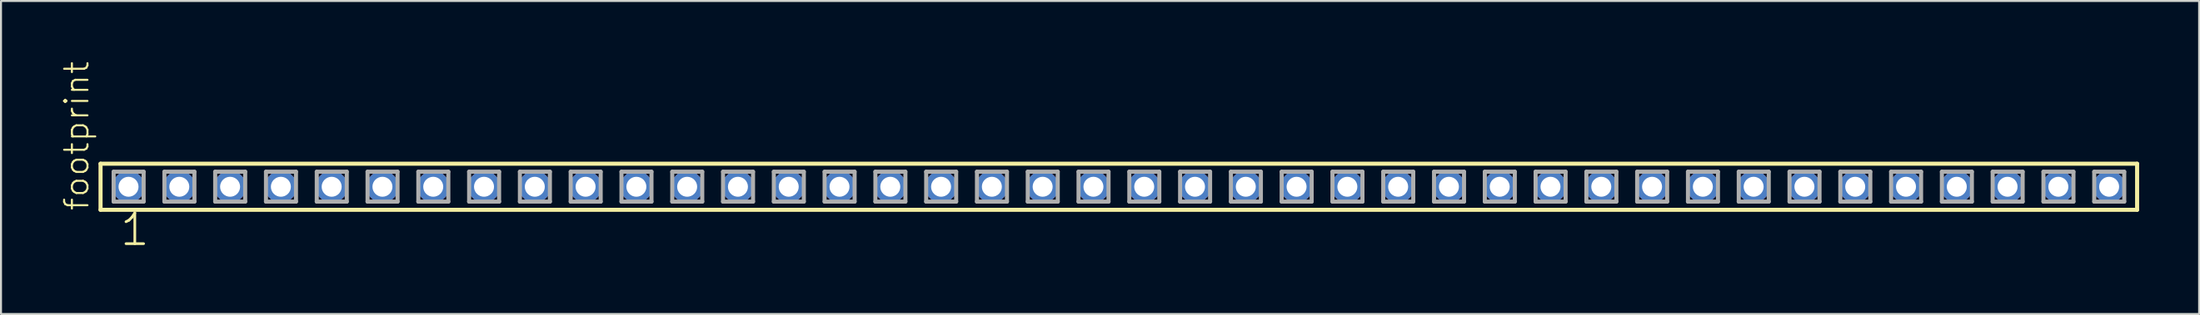
<source format=kicad_pcb>
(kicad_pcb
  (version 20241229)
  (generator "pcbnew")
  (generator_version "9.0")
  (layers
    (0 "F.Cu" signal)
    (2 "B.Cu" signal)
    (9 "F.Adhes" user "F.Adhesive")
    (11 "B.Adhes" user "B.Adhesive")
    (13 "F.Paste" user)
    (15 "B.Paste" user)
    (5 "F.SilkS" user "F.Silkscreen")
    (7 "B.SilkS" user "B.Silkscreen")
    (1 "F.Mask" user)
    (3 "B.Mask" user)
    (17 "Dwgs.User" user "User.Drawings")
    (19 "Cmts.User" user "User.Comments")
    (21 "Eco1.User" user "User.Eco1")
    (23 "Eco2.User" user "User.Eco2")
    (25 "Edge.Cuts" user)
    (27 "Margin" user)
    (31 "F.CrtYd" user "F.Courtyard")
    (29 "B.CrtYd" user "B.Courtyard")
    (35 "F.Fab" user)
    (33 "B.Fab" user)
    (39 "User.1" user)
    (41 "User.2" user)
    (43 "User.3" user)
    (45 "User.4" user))
  (footprint "footprint"
    (layer "F.Cu")
    (at 52.908 6.312)
    (property "Reference" "footprint" (at -51.435 1.27 90) (layer "F.SilkS") (effects (font (size 1.168 1.168) (thickness 0.102)) (justify left bottom)))
    (fp_line (start -50.929 -1.155) (end 50.929 -1.155) (stroke (width 0.203) (type solid)) (layer "F.SilkS"))
    (fp_line (start -50.929 1.155) (end -50.929 -1.155) (stroke (width 0.203) (type solid)) (layer "F.SilkS"))
    (fp_line (start 50.929 -1.155) (end 50.929 1.155) (stroke (width 0.203) (type solid)) (layer "F.SilkS"))
    (fp_line (start 50.929 1.155) (end -50.929 1.155) (stroke (width 0.203) (type solid)) (layer "F.SilkS"))
    (fp_line (start -50.275 -0.755) (end -48.775 -0.755) (stroke (width 0.203) (type solid)) (layer "F.Fab"))
    (fp_line (start -50.275 0.745) (end -50.275 -0.755) (stroke (width 0.203) (type solid)) (layer "F.Fab"))
    (fp_line (start -48.775 -0.755) (end -48.775 0.745) (stroke (width 0.203) (type solid)) (layer "F.Fab"))
    (fp_line (start -48.775 0.745) (end -50.275 0.745) (stroke (width 0.203) (type solid)) (layer "F.Fab"))
    (fp_line (start -47.735 -0.755) (end -46.235 -0.755) (stroke (width 0.203) (type solid)) (layer "F.Fab"))
    (fp_line (start -47.735 0.745) (end -47.735 -0.755) (stroke (width 0.203) (type solid)) (layer "F.Fab"))
    (fp_line (start -46.235 -0.755) (end -46.235 0.745) (stroke (width 0.203) (type solid)) (layer "F.Fab"))
    (fp_line (start -46.235 0.745) (end -47.735 0.745) (stroke (width 0.203) (type solid)) (layer "F.Fab"))
    (fp_line (start -45.195 -0.755) (end -43.695 -0.755) (stroke (width 0.203) (type solid)) (layer "F.Fab"))
    (fp_line (start -45.195 0.745) (end -45.195 -0.755) (stroke (width 0.203) (type solid)) (layer "F.Fab"))
    (fp_line (start -43.695 -0.755) (end -43.695 0.745) (stroke (width 0.203) (type solid)) (layer "F.Fab"))
    (fp_line (start -43.695 0.745) (end -45.195 0.745) (stroke (width 0.203) (type solid)) (layer "F.Fab"))
    (fp_line (start -42.655 -0.755) (end -41.155 -0.755) (stroke (width 0.203) (type solid)) (layer "F.Fab"))
    (fp_line (start -42.655 0.745) (end -42.655 -0.755) (stroke (width 0.203) (type solid)) (layer "F.Fab"))
    (fp_line (start -41.155 -0.755) (end -41.155 0.745) (stroke (width 0.203) (type solid)) (layer "F.Fab"))
    (fp_line (start -41.155 0.745) (end -42.655 0.745) (stroke (width 0.203) (type solid)) (layer "F.Fab"))
    (fp_line (start -40.115 -0.755) (end -38.615 -0.755) (stroke (width 0.203) (type solid)) (layer "F.Fab"))
    (fp_line (start -40.115 0.745) (end -40.115 -0.755) (stroke (width 0.203) (type solid)) (layer "F.Fab"))
    (fp_line (start -38.615 -0.755) (end -38.615 0.745) (stroke (width 0.203) (type solid)) (layer "F.Fab"))
    (fp_line (start -38.615 0.745) (end -40.115 0.745) (stroke (width 0.203) (type solid)) (layer "F.Fab"))
    (fp_line (start -37.575 -0.755) (end -36.075 -0.755) (stroke (width 0.203) (type solid)) (layer "F.Fab"))
    (fp_line (start -37.575 0.745) (end -37.575 -0.755) (stroke (width 0.203) (type solid)) (layer "F.Fab"))
    (fp_line (start -36.075 -0.755) (end -36.075 0.745) (stroke (width 0.203) (type solid)) (layer "F.Fab"))
    (fp_line (start -36.075 0.745) (end -37.575 0.745) (stroke (width 0.203) (type solid)) (layer "F.Fab"))
    (fp_line (start -35.035 -0.755) (end -33.535 -0.755) (stroke (width 0.203) (type solid)) (layer "F.Fab"))
    (fp_line (start -35.035 0.745) (end -35.035 -0.755) (stroke (width 0.203) (type solid)) (layer "F.Fab"))
    (fp_line (start -33.535 -0.755) (end -33.535 0.745) (stroke (width 0.203) (type solid)) (layer "F.Fab"))
    (fp_line (start -33.535 0.745) (end -35.035 0.745) (stroke (width 0.203) (type solid)) (layer "F.Fab"))
    (fp_line (start -32.495 -0.755) (end -30.995 -0.755) (stroke (width 0.203) (type solid)) (layer "F.Fab"))
    (fp_line (start -32.495 0.745) (end -32.495 -0.755) (stroke (width 0.203) (type solid)) (layer "F.Fab"))
    (fp_line (start -30.995 -0.755) (end -30.995 0.745) (stroke (width 0.203) (type solid)) (layer "F.Fab"))
    (fp_line (start -30.995 0.745) (end -32.495 0.745) (stroke (width 0.203) (type solid)) (layer "F.Fab"))
    (fp_line (start -29.955 -0.755) (end -28.455 -0.755) (stroke (width 0.203) (type solid)) (layer "F.Fab"))
    (fp_line (start -29.955 0.745) (end -29.955 -0.755) (stroke (width 0.203) (type solid)) (layer "F.Fab"))
    (fp_line (start -28.455 -0.755) (end -28.455 0.745) (stroke (width 0.203) (type solid)) (layer "F.Fab"))
    (fp_line (start -28.455 0.745) (end -29.955 0.745) (stroke (width 0.203) (type solid)) (layer "F.Fab"))
    (fp_line (start -27.415 -0.755) (end -25.915 -0.755) (stroke (width 0.203) (type solid)) (layer "F.Fab"))
    (fp_line (start -27.415 0.745) (end -27.415 -0.755) (stroke (width 0.203) (type solid)) (layer "F.Fab"))
    (fp_line (start -25.915 -0.755) (end -25.915 0.745) (stroke (width 0.203) (type solid)) (layer "F.Fab"))
    (fp_line (start -25.915 0.745) (end -27.415 0.745) (stroke (width 0.203) (type solid)) (layer "F.Fab"))
    (fp_line (start -24.875 -0.755) (end -23.375 -0.755) (stroke (width 0.203) (type solid)) (layer "F.Fab"))
    (fp_line (start -24.875 0.745) (end -24.875 -0.755) (stroke (width 0.203) (type solid)) (layer "F.Fab"))
    (fp_line (start -23.375 -0.755) (end -23.375 0.745) (stroke (width 0.203) (type solid)) (layer "F.Fab"))
    (fp_line (start -23.375 0.745) (end -24.875 0.745) (stroke (width 0.203) (type solid)) (layer "F.Fab"))
    (fp_line (start -22.335 -0.755) (end -20.835 -0.755) (stroke (width 0.203) (type solid)) (layer "F.Fab"))
    (fp_line (start -22.335 0.745) (end -22.335 -0.755) (stroke (width 0.203) (type solid)) (layer "F.Fab"))
    (fp_line (start -20.835 -0.755) (end -20.835 0.745) (stroke (width 0.203) (type solid)) (layer "F.Fab"))
    (fp_line (start -20.835 0.745) (end -22.335 0.745) (stroke (width 0.203) (type solid)) (layer "F.Fab"))
    (fp_line (start -19.795 -0.755) (end -18.295 -0.755) (stroke (width 0.203) (type solid)) (layer "F.Fab"))
    (fp_line (start -19.795 0.745) (end -19.795 -0.755) (stroke (width 0.203) (type solid)) (layer "F.Fab"))
    (fp_line (start -18.295 -0.755) (end -18.295 0.745) (stroke (width 0.203) (type solid)) (layer "F.Fab"))
    (fp_line (start -18.295 0.745) (end -19.795 0.745) (stroke (width 0.203) (type solid)) (layer "F.Fab"))
    (fp_line (start -17.255 -0.755) (end -15.755 -0.755) (stroke (width 0.203) (type solid)) (layer "F.Fab"))
    (fp_line (start -17.255 0.745) (end -17.255 -0.755) (stroke (width 0.203) (type solid)) (layer "F.Fab"))
    (fp_line (start -15.755 -0.755) (end -15.755 0.745) (stroke (width 0.203) (type solid)) (layer "F.Fab"))
    (fp_line (start -15.755 0.745) (end -17.255 0.745) (stroke (width 0.203) (type solid)) (layer "F.Fab"))
    (fp_line (start -14.715 -0.755) (end -13.215 -0.755) (stroke (width 0.203) (type solid)) (layer "F.Fab"))
    (fp_line (start -14.715 0.745) (end -14.715 -0.755) (stroke (width 0.203) (type solid)) (layer "F.Fab"))
    (fp_line (start -13.215 -0.755) (end -13.215 0.745) (stroke (width 0.203) (type solid)) (layer "F.Fab"))
    (fp_line (start -13.215 0.745) (end -14.715 0.745) (stroke (width 0.203) (type solid)) (layer "F.Fab"))
    (fp_line (start -12.175 -0.755) (end -10.675 -0.755) (stroke (width 0.203) (type solid)) (layer "F.Fab"))
    (fp_line (start -12.175 0.745) (end -12.175 -0.755) (stroke (width 0.203) (type solid)) (layer "F.Fab"))
    (fp_line (start -10.675 -0.755) (end -10.675 0.745) (stroke (width 0.203) (type solid)) (layer "F.Fab"))
    (fp_line (start -10.675 0.745) (end -12.175 0.745) (stroke (width 0.203) (type solid)) (layer "F.Fab"))
    (fp_line (start -9.635 -0.755) (end -8.135 -0.755) (stroke (width 0.203) (type solid)) (layer "F.Fab"))
    (fp_line (start -9.635 0.745) (end -9.635 -0.755) (stroke (width 0.203) (type solid)) (layer "F.Fab"))
    (fp_line (start -8.135 -0.755) (end -8.135 0.745) (stroke (width 0.203) (type solid)) (layer "F.Fab"))
    (fp_line (start -8.135 0.745) (end -9.635 0.745) (stroke (width 0.203) (type solid)) (layer "F.Fab"))
    (fp_line (start -7.095 -0.755) (end -5.595 -0.755) (stroke (width 0.203) (type solid)) (layer "F.Fab"))
    (fp_line (start -7.095 0.745) (end -7.095 -0.755) (stroke (width 0.203) (type solid)) (layer "F.Fab"))
    (fp_line (start -5.595 -0.755) (end -5.595 0.745) (stroke (width 0.203) (type solid)) (layer "F.Fab"))
    (fp_line (start -5.595 0.745) (end -7.095 0.745) (stroke (width 0.203) (type solid)) (layer "F.Fab"))
    (fp_line (start -4.555 -0.755) (end -3.055 -0.755) (stroke (width 0.203) (type solid)) (layer "F.Fab"))
    (fp_line (start -4.555 0.745) (end -4.555 -0.755) (stroke (width 0.203) (type solid)) (layer "F.Fab"))
    (fp_line (start -3.055 -0.755) (end -3.055 0.745) (stroke (width 0.203) (type solid)) (layer "F.Fab"))
    (fp_line (start -3.055 0.745) (end -4.555 0.745) (stroke (width 0.203) (type solid)) (layer "F.Fab"))
    (fp_line (start -2.015 -0.755) (end -0.515 -0.755) (stroke (width 0.203) (type solid)) (layer "F.Fab"))
    (fp_line (start -2.015 0.745) (end -2.015 -0.755) (stroke (width 0.203) (type solid)) (layer "F.Fab"))
    (fp_line (start -0.515 -0.755) (end -0.515 0.745) (stroke (width 0.203) (type solid)) (layer "F.Fab"))
    (fp_line (start -0.515 0.745) (end -2.015 0.745) (stroke (width 0.203) (type solid)) (layer "F.Fab"))
    (fp_line (start 0.525 -0.755) (end 2.025 -0.755) (stroke (width 0.203) (type solid)) (layer "F.Fab"))
    (fp_line (start 0.525 0.745) (end 0.525 -0.755) (stroke (width 0.203) (type solid)) (layer "F.Fab"))
    (fp_line (start 2.025 -0.755) (end 2.025 0.745) (stroke (width 0.203) (type solid)) (layer "F.Fab"))
    (fp_line (start 2.025 0.745) (end 0.525 0.745) (stroke (width 0.203) (type solid)) (layer "F.Fab"))
    (fp_line (start 3.065 -0.755) (end 4.565 -0.755) (stroke (width 0.203) (type solid)) (layer "F.Fab"))
    (fp_line (start 3.065 0.745) (end 3.065 -0.755) (stroke (width 0.203) (type solid)) (layer "F.Fab"))
    (fp_line (start 4.565 -0.755) (end 4.565 0.745) (stroke (width 0.203) (type solid)) (layer "F.Fab"))
    (fp_line (start 4.565 0.745) (end 3.065 0.745) (stroke (width 0.203) (type solid)) (layer "F.Fab"))
    (fp_line (start 5.605 -0.755) (end 7.105 -0.755) (stroke (width 0.203) (type solid)) (layer "F.Fab"))
    (fp_line (start 5.605 0.745) (end 5.605 -0.755) (stroke (width 0.203) (type solid)) (layer "F.Fab"))
    (fp_line (start 7.105 -0.755) (end 7.105 0.745) (stroke (width 0.203) (type solid)) (layer "F.Fab"))
    (fp_line (start 7.105 0.745) (end 5.605 0.745) (stroke (width 0.203) (type solid)) (layer "F.Fab"))
    (fp_line (start 8.145 -0.755) (end 9.645 -0.755) (stroke (width 0.203) (type solid)) (layer "F.Fab"))
    (fp_line (start 8.145 0.745) (end 8.145 -0.755) (stroke (width 0.203) (type solid)) (layer "F.Fab"))
    (fp_line (start 9.645 -0.755) (end 9.645 0.745) (stroke (width 0.203) (type solid)) (layer "F.Fab"))
    (fp_line (start 9.645 0.745) (end 8.145 0.745) (stroke (width 0.203) (type solid)) (layer "F.Fab"))
    (fp_line (start 10.685 -0.755) (end 12.185 -0.755) (stroke (width 0.203) (type solid)) (layer "F.Fab"))
    (fp_line (start 10.685 0.745) (end 10.685 -0.755) (stroke (width 0.203) (type solid)) (layer "F.Fab"))
    (fp_line (start 12.185 -0.755) (end 12.185 0.745) (stroke (width 0.203) (type solid)) (layer "F.Fab"))
    (fp_line (start 12.185 0.745) (end 10.685 0.745) (stroke (width 0.203) (type solid)) (layer "F.Fab"))
    (fp_line (start 13.225 -0.755) (end 14.725 -0.755) (stroke (width 0.203) (type solid)) (layer "F.Fab"))
    (fp_line (start 13.225 0.745) (end 13.225 -0.755) (stroke (width 0.203) (type solid)) (layer "F.Fab"))
    (fp_line (start 14.725 -0.755) (end 14.725 0.745) (stroke (width 0.203) (type solid)) (layer "F.Fab"))
    (fp_line (start 14.725 0.745) (end 13.225 0.745) (stroke (width 0.203) (type solid)) (layer "F.Fab"))
    (fp_line (start 15.765 -0.755) (end 17.265 -0.755) (stroke (width 0.203) (type solid)) (layer "F.Fab"))
    (fp_line (start 15.765 0.745) (end 15.765 -0.755) (stroke (width 0.203) (type solid)) (layer "F.Fab"))
    (fp_line (start 17.265 -0.755) (end 17.265 0.745) (stroke (width 0.203) (type solid)) (layer "F.Fab"))
    (fp_line (start 17.265 0.745) (end 15.765 0.745) (stroke (width 0.203) (type solid)) (layer "F.Fab"))
    (fp_line (start 18.305 -0.755) (end 19.805 -0.755) (stroke (width 0.203) (type solid)) (layer "F.Fab"))
    (fp_line (start 18.305 0.745) (end 18.305 -0.755) (stroke (width 0.203) (type solid)) (layer "F.Fab"))
    (fp_line (start 19.805 -0.755) (end 19.805 0.745) (stroke (width 0.203) (type solid)) (layer "F.Fab"))
    (fp_line (start 19.805 0.745) (end 18.305 0.745) (stroke (width 0.203) (type solid)) (layer "F.Fab"))
    (fp_line (start 20.845 -0.755) (end 22.345 -0.755) (stroke (width 0.203) (type solid)) (layer "F.Fab"))
    (fp_line (start 20.845 0.745) (end 20.845 -0.755) (stroke (width 0.203) (type solid)) (layer "F.Fab"))
    (fp_line (start 22.345 -0.755) (end 22.345 0.745) (stroke (width 0.203) (type solid)) (layer "F.Fab"))
    (fp_line (start 22.345 0.745) (end 20.845 0.745) (stroke (width 0.203) (type solid)) (layer "F.Fab"))
    (fp_line (start 23.385 -0.755) (end 24.885 -0.755) (stroke (width 0.203) (type solid)) (layer "F.Fab"))
    (fp_line (start 23.385 0.745) (end 23.385 -0.755) (stroke (width 0.203) (type solid)) (layer "F.Fab"))
    (fp_line (start 24.885 -0.755) (end 24.885 0.745) (stroke (width 0.203) (type solid)) (layer "F.Fab"))
    (fp_line (start 24.885 0.745) (end 23.385 0.745) (stroke (width 0.203) (type solid)) (layer "F.Fab"))
    (fp_line (start 25.925 -0.755) (end 27.425 -0.755) (stroke (width 0.203) (type solid)) (layer "F.Fab"))
    (fp_line (start 25.925 0.745) (end 25.925 -0.755) (stroke (width 0.203) (type solid)) (layer "F.Fab"))
    (fp_line (start 27.425 -0.755) (end 27.425 0.745) (stroke (width 0.203) (type solid)) (layer "F.Fab"))
    (fp_line (start 27.425 0.745) (end 25.925 0.745) (stroke (width 0.203) (type solid)) (layer "F.Fab"))
    (fp_line (start 28.465 -0.755) (end 29.965 -0.755) (stroke (width 0.203) (type solid)) (layer "F.Fab"))
    (fp_line (start 28.465 0.745) (end 28.465 -0.755) (stroke (width 0.203) (type solid)) (layer "F.Fab"))
    (fp_line (start 29.965 -0.755) (end 29.965 0.745) (stroke (width 0.203) (type solid)) (layer "F.Fab"))
    (fp_line (start 29.965 0.745) (end 28.465 0.745) (stroke (width 0.203) (type solid)) (layer "F.Fab"))
    (fp_line (start 31.005 -0.755) (end 32.505 -0.755) (stroke (width 0.203) (type solid)) (layer "F.Fab"))
    (fp_line (start 31.005 0.745) (end 31.005 -0.755) (stroke (width 0.203) (type solid)) (layer "F.Fab"))
    (fp_line (start 32.505 -0.755) (end 32.505 0.745) (stroke (width 0.203) (type solid)) (layer "F.Fab"))
    (fp_line (start 32.505 0.745) (end 31.005 0.745) (stroke (width 0.203) (type solid)) (layer "F.Fab"))
    (fp_line (start 33.545 -0.755) (end 35.045 -0.755) (stroke (width 0.203) (type solid)) (layer "F.Fab"))
    (fp_line (start 33.545 0.745) (end 33.545 -0.755) (stroke (width 0.203) (type solid)) (layer "F.Fab"))
    (fp_line (start 35.045 -0.755) (end 35.045 0.745) (stroke (width 0.203) (type solid)) (layer "F.Fab"))
    (fp_line (start 35.045 0.745) (end 33.545 0.745) (stroke (width 0.203) (type solid)) (layer "F.Fab"))
    (fp_line (start 36.085 -0.755) (end 37.585 -0.755) (stroke (width 0.203) (type solid)) (layer "F.Fab"))
    (fp_line (start 36.085 0.745) (end 36.085 -0.755) (stroke (width 0.203) (type solid)) (layer "F.Fab"))
    (fp_line (start 37.585 -0.755) (end 37.585 0.745) (stroke (width 0.203) (type solid)) (layer "F.Fab"))
    (fp_line (start 37.585 0.745) (end 36.085 0.745) (stroke (width 0.203) (type solid)) (layer "F.Fab"))
    (fp_line (start 38.625 -0.755) (end 40.125 -0.755) (stroke (width 0.203) (type solid)) (layer "F.Fab"))
    (fp_line (start 38.625 0.745) (end 38.625 -0.755) (stroke (width 0.203) (type solid)) (layer "F.Fab"))
    (fp_line (start 40.125 -0.755) (end 40.125 0.745) (stroke (width 0.203) (type solid)) (layer "F.Fab"))
    (fp_line (start 40.125 0.745) (end 38.625 0.745) (stroke (width 0.203) (type solid)) (layer "F.Fab"))
    (fp_line (start 41.165 -0.755) (end 42.665 -0.755) (stroke (width 0.203) (type solid)) (layer "F.Fab"))
    (fp_line (start 41.165 0.745) (end 41.165 -0.755) (stroke (width 0.203) (type solid)) (layer "F.Fab"))
    (fp_line (start 42.665 -0.755) (end 42.665 0.745) (stroke (width 0.203) (type solid)) (layer "F.Fab"))
    (fp_line (start 42.665 0.745) (end 41.165 0.745) (stroke (width 0.203) (type solid)) (layer "F.Fab"))
    (fp_line (start 43.705 -0.755) (end 45.205 -0.755) (stroke (width 0.203) (type solid)) (layer "F.Fab"))
    (fp_line (start 43.705 0.745) (end 43.705 -0.755) (stroke (width 0.203) (type solid)) (layer "F.Fab"))
    (fp_line (start 45.205 -0.755) (end 45.205 0.745) (stroke (width 0.203) (type solid)) (layer "F.Fab"))
    (fp_line (start 45.205 0.745) (end 43.705 0.745) (stroke (width 0.203) (type solid)) (layer "F.Fab"))
    (fp_line (start 46.245 -0.755) (end 47.745 -0.755) (stroke (width 0.203) (type solid)) (layer "F.Fab"))
    (fp_line (start 46.245 0.745) (end 46.245 -0.755) (stroke (width 0.203) (type solid)) (layer "F.Fab"))
    (fp_line (start 47.745 -0.755) (end 47.745 0.745) (stroke (width 0.203) (type solid)) (layer "F.Fab"))
    (fp_line (start 47.745 0.745) (end 46.245 0.745) (stroke (width 0.203) (type solid)) (layer "F.Fab"))
    (fp_line (start 48.785 -0.755) (end 50.285 -0.755) (stroke (width 0.203) (type solid)) (layer "F.Fab"))
    (fp_line (start 48.785 0.745) (end 48.785 -0.755) (stroke (width 0.203) (type solid)) (layer "F.Fab"))
    (fp_line (start 50.285 -0.755) (end 50.285 0.745) (stroke (width 0.203) (type solid)) (layer "F.Fab"))
    (fp_line (start 50.285 0.745) (end 48.785 0.745) (stroke (width 0.203) (type solid)) (layer "F.Fab"))
    (fp_text user "1" (at -50.038 3.048 0) (layer "F.SilkS") (effects (font (size 1.542 1.542) (thickness 0.134)) (justify left bottom)))
    (pad "1" thru_hole roundrect (at -49.53 0) (size 1.5 1.5) (drill 1) (layers "*.Cu" "*.Mask") (roundrect_rratio 0.25) (chamfer_ratio 0.25) (chamfer top_left top_right bottom_left bottom_right))
    (pad "2" thru_hole roundrect (at -46.99 0) (size 1.5 1.5) (drill 1) (layers "*.Cu" "*.Mask") (roundrect_rratio 0.25) (chamfer_ratio 0.25) (chamfer top_left top_right bottom_left bottom_right))
    (pad "3" thru_hole roundrect (at -44.45 0) (size 1.5 1.5) (drill 1) (layers "*.Cu" "*.Mask") (roundrect_rratio 0.25) (chamfer_ratio 0.25) (chamfer top_left top_right bottom_left bottom_right))
    (pad "4" thru_hole roundrect (at -41.91 0) (size 1.5 1.5) (drill 1) (layers "*.Cu" "*.Mask") (roundrect_rratio 0.25) (chamfer_ratio 0.25) (chamfer top_left top_right bottom_left bottom_right))
    (pad "5" thru_hole roundrect (at -39.37 0) (size 1.5 1.5) (drill 1) (layers "*.Cu" "*.Mask") (roundrect_rratio 0.25) (chamfer_ratio 0.25) (chamfer top_left top_right bottom_left bottom_right))
    (pad "6" thru_hole roundrect (at -36.83 0) (size 1.5 1.5) (drill 1) (layers "*.Cu" "*.Mask") (roundrect_rratio 0.25) (chamfer_ratio 0.25) (chamfer top_left top_right bottom_left bottom_right))
    (pad "7" thru_hole roundrect (at -34.29 0) (size 1.5 1.5) (drill 1) (layers "*.Cu" "*.Mask") (roundrect_rratio 0.25) (chamfer_ratio 0.25) (chamfer top_left top_right bottom_left bottom_right))
    (pad "8" thru_hole roundrect (at -31.75 0) (size 1.5 1.5) (drill 1) (layers "*.Cu" "*.Mask") (roundrect_rratio 0.25) (chamfer_ratio 0.25) (chamfer top_left top_right bottom_left bottom_right))
    (pad "9" thru_hole roundrect (at -29.21 0) (size 1.5 1.5) (drill 1) (layers "*.Cu" "*.Mask") (roundrect_rratio 0.25) (chamfer_ratio 0.25) (chamfer top_left top_right bottom_left bottom_right))
    (pad "10" thru_hole roundrect (at -26.67 0) (size 1.5 1.5) (drill 1) (layers "*.Cu" "*.Mask") (roundrect_rratio 0.25) (chamfer_ratio 0.25) (chamfer top_left top_right bottom_left bottom_right))
    (pad "11" thru_hole roundrect (at -24.13 0) (size 1.5 1.5) (drill 1) (layers "*.Cu" "*.Mask") (roundrect_rratio 0.25) (chamfer_ratio 0.25) (chamfer top_left top_right bottom_left bottom_right))
    (pad "12" thru_hole roundrect (at -21.59 0) (size 1.5 1.5) (drill 1) (layers "*.Cu" "*.Mask") (roundrect_rratio 0.25) (chamfer_ratio 0.25) (chamfer top_left top_right bottom_left bottom_right))
    (pad "13" thru_hole roundrect (at -19.05 0) (size 1.5 1.5) (drill 1) (layers "*.Cu" "*.Mask") (roundrect_rratio 0.25) (chamfer_ratio 0.25) (chamfer top_left top_right bottom_left bottom_right))
    (pad "14" thru_hole roundrect (at -16.51 0) (size 1.5 1.5) (drill 1) (layers "*.Cu" "*.Mask") (roundrect_rratio 0.25) (chamfer_ratio 0.25) (chamfer top_left top_right bottom_left bottom_right))
    (pad "15" thru_hole roundrect (at -13.97 0) (size 1.5 1.5) (drill 1) (layers "*.Cu" "*.Mask") (roundrect_rratio 0.25) (chamfer_ratio 0.25) (chamfer top_left top_right bottom_left bottom_right))
    (pad "16" thru_hole roundrect (at -11.43 0) (size 1.5 1.5) (drill 1) (layers "*.Cu" "*.Mask") (roundrect_rratio 0.25) (chamfer_ratio 0.25) (chamfer top_left top_right bottom_left bottom_right))
    (pad "17" thru_hole roundrect (at -8.89 0) (size 1.5 1.5) (drill 1) (layers "*.Cu" "*.Mask") (roundrect_rratio 0.25) (chamfer_ratio 0.25) (chamfer top_left top_right bottom_left bottom_right))
    (pad "18" thru_hole roundrect (at -6.35 0) (size 1.5 1.5) (drill 1) (layers "*.Cu" "*.Mask") (roundrect_rratio 0.25) (chamfer_ratio 0.25) (chamfer top_left top_right bottom_left bottom_right))
    (pad "19" thru_hole roundrect (at -3.81 0) (size 1.5 1.5) (drill 1) (layers "*.Cu" "*.Mask") (roundrect_rratio 0.25) (chamfer_ratio 0.25) (chamfer top_left top_right bottom_left bottom_right))
    (pad "20" thru_hole roundrect (at -1.27 0) (size 1.5 1.5) (drill 1) (layers "*.Cu" "*.Mask") (roundrect_rratio 0.25) (chamfer_ratio 0.25) (chamfer top_left top_right bottom_left bottom_right))
    (pad "21" thru_hole roundrect (at 1.27 0) (size 1.5 1.5) (drill 1) (layers "*.Cu" "*.Mask") (roundrect_rratio 0.25) (chamfer_ratio 0.25) (chamfer top_left top_right bottom_left bottom_right))
    (pad "22" thru_hole roundrect (at 3.81 0) (size 1.5 1.5) (drill 1) (layers "*.Cu" "*.Mask") (roundrect_rratio 0.25) (chamfer_ratio 0.25) (chamfer top_left top_right bottom_left bottom_right))
    (pad "23" thru_hole roundrect (at 6.35 0) (size 1.5 1.5) (drill 1) (layers "*.Cu" "*.Mask") (roundrect_rratio 0.25) (chamfer_ratio 0.25) (chamfer top_left top_right bottom_left bottom_right))
    (pad "24" thru_hole roundrect (at 8.89 0) (size 1.5 1.5) (drill 1) (layers "*.Cu" "*.Mask") (roundrect_rratio 0.25) (chamfer_ratio 0.25) (chamfer top_left top_right bottom_left bottom_right))
    (pad "25" thru_hole roundrect (at 11.43 0) (size 1.5 1.5) (drill 1) (layers "*.Cu" "*.Mask") (roundrect_rratio 0.25) (chamfer_ratio 0.25) (chamfer top_left top_right bottom_left bottom_right))
    (pad "26" thru_hole roundrect (at 13.97 0) (size 1.5 1.5) (drill 1) (layers "*.Cu" "*.Mask") (roundrect_rratio 0.25) (chamfer_ratio 0.25) (chamfer top_left top_right bottom_left bottom_right))
    (pad "27" thru_hole roundrect (at 16.51 0) (size 1.5 1.5) (drill 1) (layers "*.Cu" "*.Mask") (roundrect_rratio 0.25) (chamfer_ratio 0.25) (chamfer top_left top_right bottom_left bottom_right))
    (pad "28" thru_hole roundrect (at 19.05 0) (size 1.5 1.5) (drill 1) (layers "*.Cu" "*.Mask") (roundrect_rratio 0.25) (chamfer_ratio 0.25) (chamfer top_left top_right bottom_left bottom_right))
    (pad "29" thru_hole roundrect (at 21.59 0) (size 1.5 1.5) (drill 1) (layers "*.Cu" "*.Mask") (roundrect_rratio 0.25) (chamfer_ratio 0.25) (chamfer top_left top_right bottom_left bottom_right))
    (pad "30" thru_hole roundrect (at 24.13 0) (size 1.5 1.5) (drill 1) (layers "*.Cu" "*.Mask") (roundrect_rratio 0.25) (chamfer_ratio 0.25) (chamfer top_left top_right bottom_left bottom_right))
    (pad "31" thru_hole roundrect (at 26.67 0) (size 1.5 1.5) (drill 1) (layers "*.Cu" "*.Mask") (roundrect_rratio 0.25) (chamfer_ratio 0.25) (chamfer top_left top_right bottom_left bottom_right))
    (pad "32" thru_hole roundrect (at 29.21 0) (size 1.5 1.5) (drill 1) (layers "*.Cu" "*.Mask") (roundrect_rratio 0.25) (chamfer_ratio 0.25) (chamfer top_left top_right bottom_left bottom_right))
    (pad "33" thru_hole roundrect (at 31.75 0) (size 1.5 1.5) (drill 1) (layers "*.Cu" "*.Mask") (roundrect_rratio 0.25) (chamfer_ratio 0.25) (chamfer top_left top_right bottom_left bottom_right))
    (pad "34" thru_hole roundrect (at 34.29 0) (size 1.5 1.5) (drill 1) (layers "*.Cu" "*.Mask") (roundrect_rratio 0.25) (chamfer_ratio 0.25) (chamfer top_left top_right bottom_left bottom_right))
    (pad "35" thru_hole roundrect (at 36.83 0) (size 1.5 1.5) (drill 1) (layers "*.Cu" "*.Mask") (roundrect_rratio 0.25) (chamfer_ratio 0.25) (chamfer top_left top_right bottom_left bottom_right))
    (pad "36" thru_hole roundrect (at 39.37 0) (size 1.5 1.5) (drill 1) (layers "*.Cu" "*.Mask") (roundrect_rratio 0.25) (chamfer_ratio 0.25) (chamfer top_left top_right bottom_left bottom_right))
    (pad "37" thru_hole roundrect (at 41.91 0) (size 1.5 1.5) (drill 1) (layers "*.Cu" "*.Mask") (roundrect_rratio 0.25) (chamfer_ratio 0.25) (chamfer top_left top_right bottom_left bottom_right))
    (pad "38" thru_hole roundrect (at 44.45 0) (size 1.5 1.5) (drill 1) (layers "*.Cu" "*.Mask") (roundrect_rratio 0.25) (chamfer_ratio 0.25) (chamfer top_left top_right bottom_left bottom_right))
    (pad "39" thru_hole roundrect (at 46.99 0) (size 1.5 1.5) (drill 1) (layers "*.Cu" "*.Mask") (roundrect_rratio 0.25) (chamfer_ratio 0.25) (chamfer top_left top_right bottom_left bottom_right))
    (pad "40" thru_hole roundrect (at 49.53 0) (size 1.5 1.5) (drill 1) (layers "*.Cu" "*.Mask") (roundrect_rratio 0.25) (chamfer_ratio 0.25) (chamfer top_left top_right bottom_left bottom_right)))
  (gr_rect
    (start -3 -3)
    (end 106.939 12.691)
    (stroke (width 0.1) (type default))
    (fill no)
    (layer "Edge.Cuts")))
</source>
